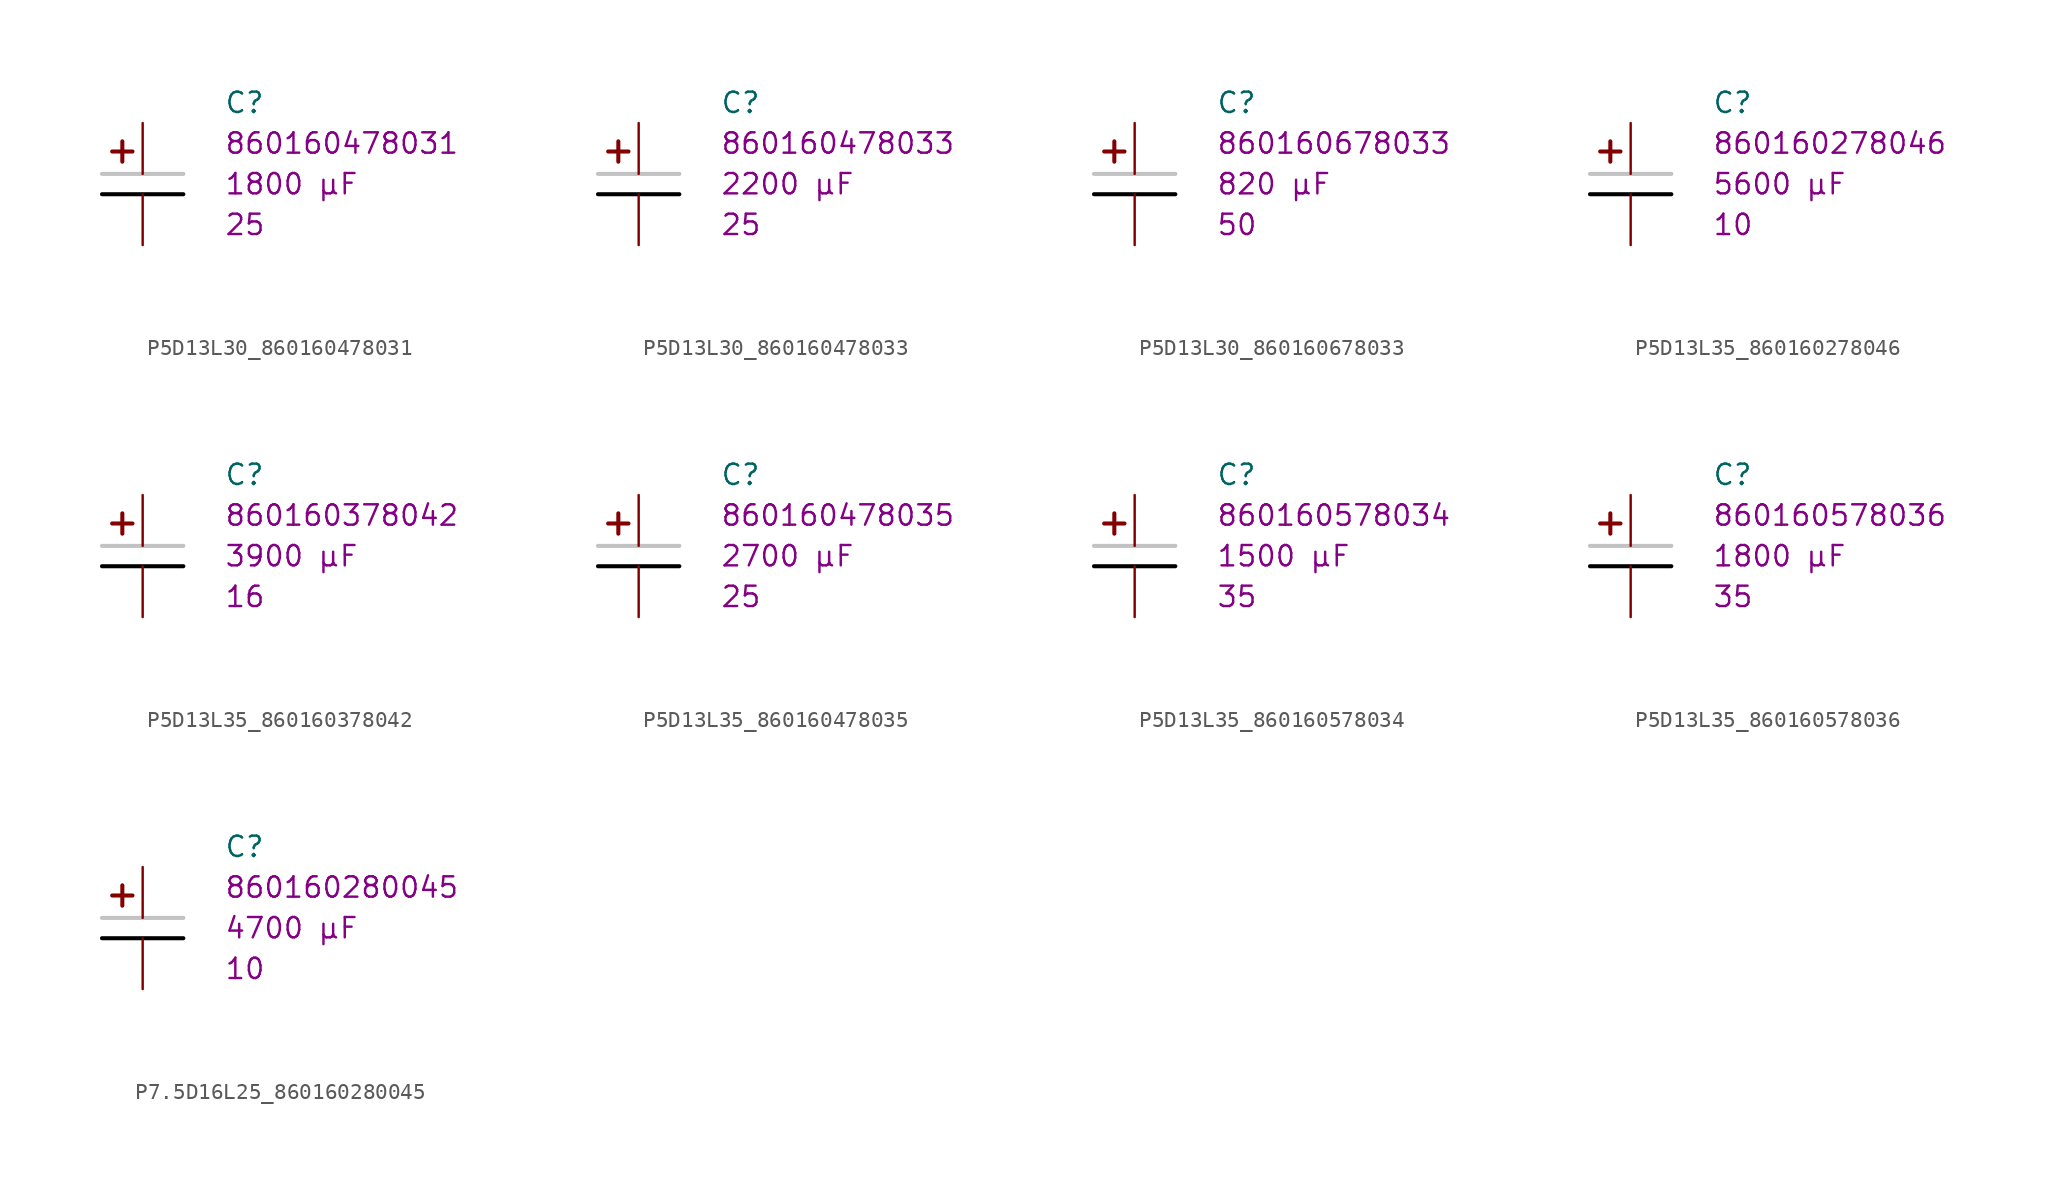
<source format=kicad_sym>
(kicad_symbol_lib
  (version 20220914)
  (generator kicad_symbol_editor)
  (symbol "P5D13L30_860160478031"
    (pin_numbers hide)
    (pin_names hide)
    (property "Reference" "C"
      (at 5.08 5.08 0)
      (effects (font (size 1.27 1.27)) (justify left)))
    (property "Part Number" "860160478031"
      (at 5.08 2.54 0)
      (effects (font (size 1.27 1.27)) (justify left)))
    (property "Capacitance" "1800 µF"
      (at 5.08 0 0)
      (effects (font (size 1.27 1.27)) (justify left)))
    (property "Voltage" "25"
      (at 5.08 -2.54 0)
      (effects (font (size 1.27 1.27)) (justify left)))
    (property "Critical Parameter" ""
      (at 0 -7.62 0)
      (effects (font (size 1.27 1.27))))
    (symbol "P5D13L30_860160478031_1_1"
      (polyline (pts (xy -1.27 2.667) (xy -1.27 1.397)) (stroke (width 0.254) (type default)) (fill (type none)))
      (polyline (pts (xy -0.635 2.032) (xy -1.905 2.032)) (stroke (width 0.254) (type default)) (fill (type none)))
      (polyline (pts (xy 2.54 -0.635) (xy -2.54 -0.635)) (stroke (width 0.254) (type default) (color 0 0 0 1)) (fill (type none)))
      (polyline (pts (xy 2.54 0.635) (xy -2.54 0.635)) (stroke (width 0.254) (type default) (color 194 194 194 1)) (fill (type none)))
      (pin passive line (at 0 3.81 270) (length 3.175) (name "1" (effects (font (size 1.27 1.27)))) (number "1" (effects (font (size 1.27 1.27)))))
      (pin passive line (at 0 -3.81 90) (length 3.175) (name "2" (effects (font (size 1.27 1.27)))) (number "2" (effects (font (size 1.27 1.27)))))))
  (symbol "P5D13L30_860160478033"
    (pin_numbers hide)
    (pin_names hide)
    (property "Reference" "C"
      (at 5.08 5.08 0)
      (effects (font (size 1.27 1.27)) (justify left)))
    (property "Part Number" "860160478033"
      (at 5.08 2.54 0)
      (effects (font (size 1.27 1.27)) (justify left)))
    (property "Capacitance" "2200 µF"
      (at 5.08 0 0)
      (effects (font (size 1.27 1.27)) (justify left)))
    (property "Voltage" "25"
      (at 5.08 -2.54 0)
      (effects (font (size 1.27 1.27)) (justify left)))
    (property "Critical Parameter" ""
      (at 0 -7.62 0)
      (effects (font (size 1.27 1.27))))
    (symbol "P5D13L30_860160478033_1_1"
      (polyline (pts (xy -1.27 2.667) (xy -1.27 1.397)) (stroke (width 0.254) (type default)) (fill (type none)))
      (polyline (pts (xy -0.635 2.032) (xy -1.905 2.032)) (stroke (width 0.254) (type default)) (fill (type none)))
      (polyline (pts (xy 2.54 -0.635) (xy -2.54 -0.635)) (stroke (width 0.254) (type default) (color 0 0 0 1)) (fill (type none)))
      (polyline (pts (xy 2.54 0.635) (xy -2.54 0.635)) (stroke (width 0.254) (type default) (color 194 194 194 1)) (fill (type none)))
      (pin passive line (at 0 3.81 270) (length 3.175) (name "1" (effects (font (size 1.27 1.27)))) (number "1" (effects (font (size 1.27 1.27)))))
      (pin passive line (at 0 -3.81 90) (length 3.175) (name "2" (effects (font (size 1.27 1.27)))) (number "2" (effects (font (size 1.27 1.27)))))))
  (symbol "P5D13L30_860160678033"
    (pin_numbers hide)
    (pin_names hide)
    (property "Reference" "C"
      (at 5.08 5.08 0)
      (effects (font (size 1.27 1.27)) (justify left)))
    (property "Part Number" "860160678033"
      (at 5.08 2.54 0)
      (effects (font (size 1.27 1.27)) (justify left)))
    (property "Capacitance" "820 µF"
      (at 5.08 0 0)
      (effects (font (size 1.27 1.27)) (justify left)))
    (property "Voltage" "50"
      (at 5.08 -2.54 0)
      (effects (font (size 1.27 1.27)) (justify left)))
    (property "Critical Parameter" ""
      (at 0 -7.62 0)
      (effects (font (size 1.27 1.27))))
    (symbol "P5D13L30_860160678033_1_1"
      (polyline (pts (xy -1.27 2.667) (xy -1.27 1.397)) (stroke (width 0.254) (type default)) (fill (type none)))
      (polyline (pts (xy -0.635 2.032) (xy -1.905 2.032)) (stroke (width 0.254) (type default)) (fill (type none)))
      (polyline (pts (xy 2.54 -0.635) (xy -2.54 -0.635)) (stroke (width 0.254) (type default) (color 0 0 0 1)) (fill (type none)))
      (polyline (pts (xy 2.54 0.635) (xy -2.54 0.635)) (stroke (width 0.254) (type default) (color 194 194 194 1)) (fill (type none)))
      (pin passive line (at 0 3.81 270) (length 3.175) (name "1" (effects (font (size 1.27 1.27)))) (number "1" (effects (font (size 1.27 1.27)))))
      (pin passive line (at 0 -3.81 90) (length 3.175) (name "2" (effects (font (size 1.27 1.27)))) (number "2" (effects (font (size 1.27 1.27)))))))
  (symbol "P5D13L35_860160278046"
    (pin_numbers hide)
    (pin_names hide)
    (property "Reference" "C"
      (at 5.08 5.08 0)
      (effects (font (size 1.27 1.27)) (justify left)))
    (property "Part Number" "860160278046"
      (at 5.08 2.54 0)
      (effects (font (size 1.27 1.27)) (justify left)))
    (property "Capacitance" "5600 µF"
      (at 5.08 0 0)
      (effects (font (size 1.27 1.27)) (justify left)))
    (property "Voltage" "10"
      (at 5.08 -2.54 0)
      (effects (font (size 1.27 1.27)) (justify left)))
    (property "Critical Parameter" ""
      (at 0 -7.62 0)
      (effects (font (size 1.27 1.27))))
    (symbol "P5D13L35_860160278046_1_1"
      (polyline (pts (xy -1.27 2.667) (xy -1.27 1.397)) (stroke (width 0.254) (type default)) (fill (type none)))
      (polyline (pts (xy -0.635 2.032) (xy -1.905 2.032)) (stroke (width 0.254) (type default)) (fill (type none)))
      (polyline (pts (xy 2.54 -0.635) (xy -2.54 -0.635)) (stroke (width 0.254) (type default) (color 0 0 0 1)) (fill (type none)))
      (polyline (pts (xy 2.54 0.635) (xy -2.54 0.635)) (stroke (width 0.254) (type default) (color 194 194 194 1)) (fill (type none)))
      (pin passive line (at 0 3.81 270) (length 3.175) (name "1" (effects (font (size 1.27 1.27)))) (number "1" (effects (font (size 1.27 1.27)))))
      (pin passive line (at 0 -3.81 90) (length 3.175) (name "2" (effects (font (size 1.27 1.27)))) (number "2" (effects (font (size 1.27 1.27)))))))
  (symbol "P5D13L35_860160378042"
    (pin_numbers hide)
    (pin_names hide)
    (property "Reference" "C"
      (at 5.08 5.08 0)
      (effects (font (size 1.27 1.27)) (justify left)))
    (property "Part Number" "860160378042"
      (at 5.08 2.54 0)
      (effects (font (size 1.27 1.27)) (justify left)))
    (property "Capacitance" "3900 µF"
      (at 5.08 0 0)
      (effects (font (size 1.27 1.27)) (justify left)))
    (property "Voltage" "16"
      (at 5.08 -2.54 0)
      (effects (font (size 1.27 1.27)) (justify left)))
    (property "Critical Parameter" ""
      (at 0 -7.62 0)
      (effects (font (size 1.27 1.27))))
    (symbol "P5D13L35_860160378042_1_1"
      (polyline (pts (xy -1.27 2.667) (xy -1.27 1.397)) (stroke (width 0.254) (type default)) (fill (type none)))
      (polyline (pts (xy -0.635 2.032) (xy -1.905 2.032)) (stroke (width 0.254) (type default)) (fill (type none)))
      (polyline (pts (xy 2.54 -0.635) (xy -2.54 -0.635)) (stroke (width 0.254) (type default) (color 0 0 0 1)) (fill (type none)))
      (polyline (pts (xy 2.54 0.635) (xy -2.54 0.635)) (stroke (width 0.254) (type default) (color 194 194 194 1)) (fill (type none)))
      (pin passive line (at 0 3.81 270) (length 3.175) (name "1" (effects (font (size 1.27 1.27)))) (number "1" (effects (font (size 1.27 1.27)))))
      (pin passive line (at 0 -3.81 90) (length 3.175) (name "2" (effects (font (size 1.27 1.27)))) (number "2" (effects (font (size 1.27 1.27)))))))
  (symbol "P5D13L35_860160478035"
    (pin_numbers hide)
    (pin_names hide)
    (property "Reference" "C"
      (at 5.08 5.08 0)
      (effects (font (size 1.27 1.27)) (justify left)))
    (property "Part Number" "860160478035"
      (at 5.08 2.54 0)
      (effects (font (size 1.27 1.27)) (justify left)))
    (property "Capacitance" "2700 µF"
      (at 5.08 0 0)
      (effects (font (size 1.27 1.27)) (justify left)))
    (property "Voltage" "25"
      (at 5.08 -2.54 0)
      (effects (font (size 1.27 1.27)) (justify left)))
    (property "Critical Parameter" ""
      (at 0 -7.62 0)
      (effects (font (size 1.27 1.27))))
    (symbol "P5D13L35_860160478035_1_1"
      (polyline (pts (xy -1.27 2.667) (xy -1.27 1.397)) (stroke (width 0.254) (type default)) (fill (type none)))
      (polyline (pts (xy -0.635 2.032) (xy -1.905 2.032)) (stroke (width 0.254) (type default)) (fill (type none)))
      (polyline (pts (xy 2.54 -0.635) (xy -2.54 -0.635)) (stroke (width 0.254) (type default) (color 0 0 0 1)) (fill (type none)))
      (polyline (pts (xy 2.54 0.635) (xy -2.54 0.635)) (stroke (width 0.254) (type default) (color 194 194 194 1)) (fill (type none)))
      (pin passive line (at 0 3.81 270) (length 3.175) (name "1" (effects (font (size 1.27 1.27)))) (number "1" (effects (font (size 1.27 1.27)))))
      (pin passive line (at 0 -3.81 90) (length 3.175) (name "2" (effects (font (size 1.27 1.27)))) (number "2" (effects (font (size 1.27 1.27)))))))
  (symbol "P5D13L35_860160578034"
    (pin_numbers hide)
    (pin_names hide)
    (property "Reference" "C"
      (at 5.08 5.08 0)
      (effects (font (size 1.27 1.27)) (justify left)))
    (property "Part Number" "860160578034"
      (at 5.08 2.54 0)
      (effects (font (size 1.27 1.27)) (justify left)))
    (property "Capacitance" "1500 µF"
      (at 5.08 0 0)
      (effects (font (size 1.27 1.27)) (justify left)))
    (property "Voltage" "35"
      (at 5.08 -2.54 0)
      (effects (font (size 1.27 1.27)) (justify left)))
    (property "Critical Parameter" ""
      (at 0 -7.62 0)
      (effects (font (size 1.27 1.27))))
    (symbol "P5D13L35_860160578034_1_1"
      (polyline (pts (xy -1.27 2.667) (xy -1.27 1.397)) (stroke (width 0.254) (type default)) (fill (type none)))
      (polyline (pts (xy -0.635 2.032) (xy -1.905 2.032)) (stroke (width 0.254) (type default)) (fill (type none)))
      (polyline (pts (xy 2.54 -0.635) (xy -2.54 -0.635)) (stroke (width 0.254) (type default) (color 0 0 0 1)) (fill (type none)))
      (polyline (pts (xy 2.54 0.635) (xy -2.54 0.635)) (stroke (width 0.254) (type default) (color 194 194 194 1)) (fill (type none)))
      (pin passive line (at 0 3.81 270) (length 3.175) (name "1" (effects (font (size 1.27 1.27)))) (number "1" (effects (font (size 1.27 1.27)))))
      (pin passive line (at 0 -3.81 90) (length 3.175) (name "2" (effects (font (size 1.27 1.27)))) (number "2" (effects (font (size 1.27 1.27)))))))
  (symbol "P5D13L35_860160578036"
    (pin_numbers hide)
    (pin_names hide)
    (property "Reference" "C"
      (at 5.08 5.08 0)
      (effects (font (size 1.27 1.27)) (justify left)))
    (property "Part Number" "860160578036"
      (at 5.08 2.54 0)
      (effects (font (size 1.27 1.27)) (justify left)))
    (property "Capacitance" "1800 µF"
      (at 5.08 0 0)
      (effects (font (size 1.27 1.27)) (justify left)))
    (property "Voltage" "35"
      (at 5.08 -2.54 0)
      (effects (font (size 1.27 1.27)) (justify left)))
    (property "Critical Parameter" ""
      (at 0 -7.62 0)
      (effects (font (size 1.27 1.27))))
    (symbol "P5D13L35_860160578036_1_1"
      (polyline (pts (xy -1.27 2.667) (xy -1.27 1.397)) (stroke (width 0.254) (type default)) (fill (type none)))
      (polyline (pts (xy -0.635 2.032) (xy -1.905 2.032)) (stroke (width 0.254) (type default)) (fill (type none)))
      (polyline (pts (xy 2.54 -0.635) (xy -2.54 -0.635)) (stroke (width 0.254) (type default) (color 0 0 0 1)) (fill (type none)))
      (polyline (pts (xy 2.54 0.635) (xy -2.54 0.635)) (stroke (width 0.254) (type default) (color 194 194 194 1)) (fill (type none)))
      (pin passive line (at 0 3.81 270) (length 3.175) (name "1" (effects (font (size 1.27 1.27)))) (number "1" (effects (font (size 1.27 1.27)))))
      (pin passive line (at 0 -3.81 90) (length 3.175) (name "2" (effects (font (size 1.27 1.27)))) (number "2" (effects (font (size 1.27 1.27)))))))
  (symbol "P7.5D16L25_860160280045"
    (pin_numbers hide)
    (pin_names hide)
    (property "Reference" "C"
      (at 5.08 5.08 0)
      (effects (font (size 1.27 1.27)) (justify left)))
    (property "Part Number" "860160280045"
      (at 5.08 2.54 0)
      (effects (font (size 1.27 1.27)) (justify left)))
    (property "Capacitance" "4700 µF"
      (at 5.08 0 0)
      (effects (font (size 1.27 1.27)) (justify left)))
    (property "Voltage" "10"
      (at 5.08 -2.54 0)
      (effects (font (size 1.27 1.27)) (justify left)))
    (property "Critical Parameter" ""
      (at 0 -7.62 0)
      (effects (font (size 1.27 1.27))))
    (symbol "P7.5D16L25_860160280045_1_1"
      (polyline (pts (xy -1.27 2.667) (xy -1.27 1.397)) (stroke (width 0.254) (type default)) (fill (type none)))
      (polyline (pts (xy -0.635 2.032) (xy -1.905 2.032)) (stroke (width 0.254) (type default)) (fill (type none)))
      (polyline (pts (xy 2.54 -0.635) (xy -2.54 -0.635)) (stroke (width 0.254) (type default) (color 0 0 0 1)) (fill (type none)))
      (polyline (pts (xy 2.54 0.635) (xy -2.54 0.635)) (stroke (width 0.254) (type default) (color 194 194 194 1)) (fill (type none)))
      (pin passive line (at 0 3.81 270) (length 3.175) (name "1" (effects (font (size 1.27 1.27)))) (number "1" (effects (font (size 1.27 1.27)))))
      (pin passive line (at 0 -3.81 90) (length 3.175) (name "2" (effects (font (size 1.27 1.27)))) (number "2" (effects (font (size 1.27 1.27))))))))
</source>
